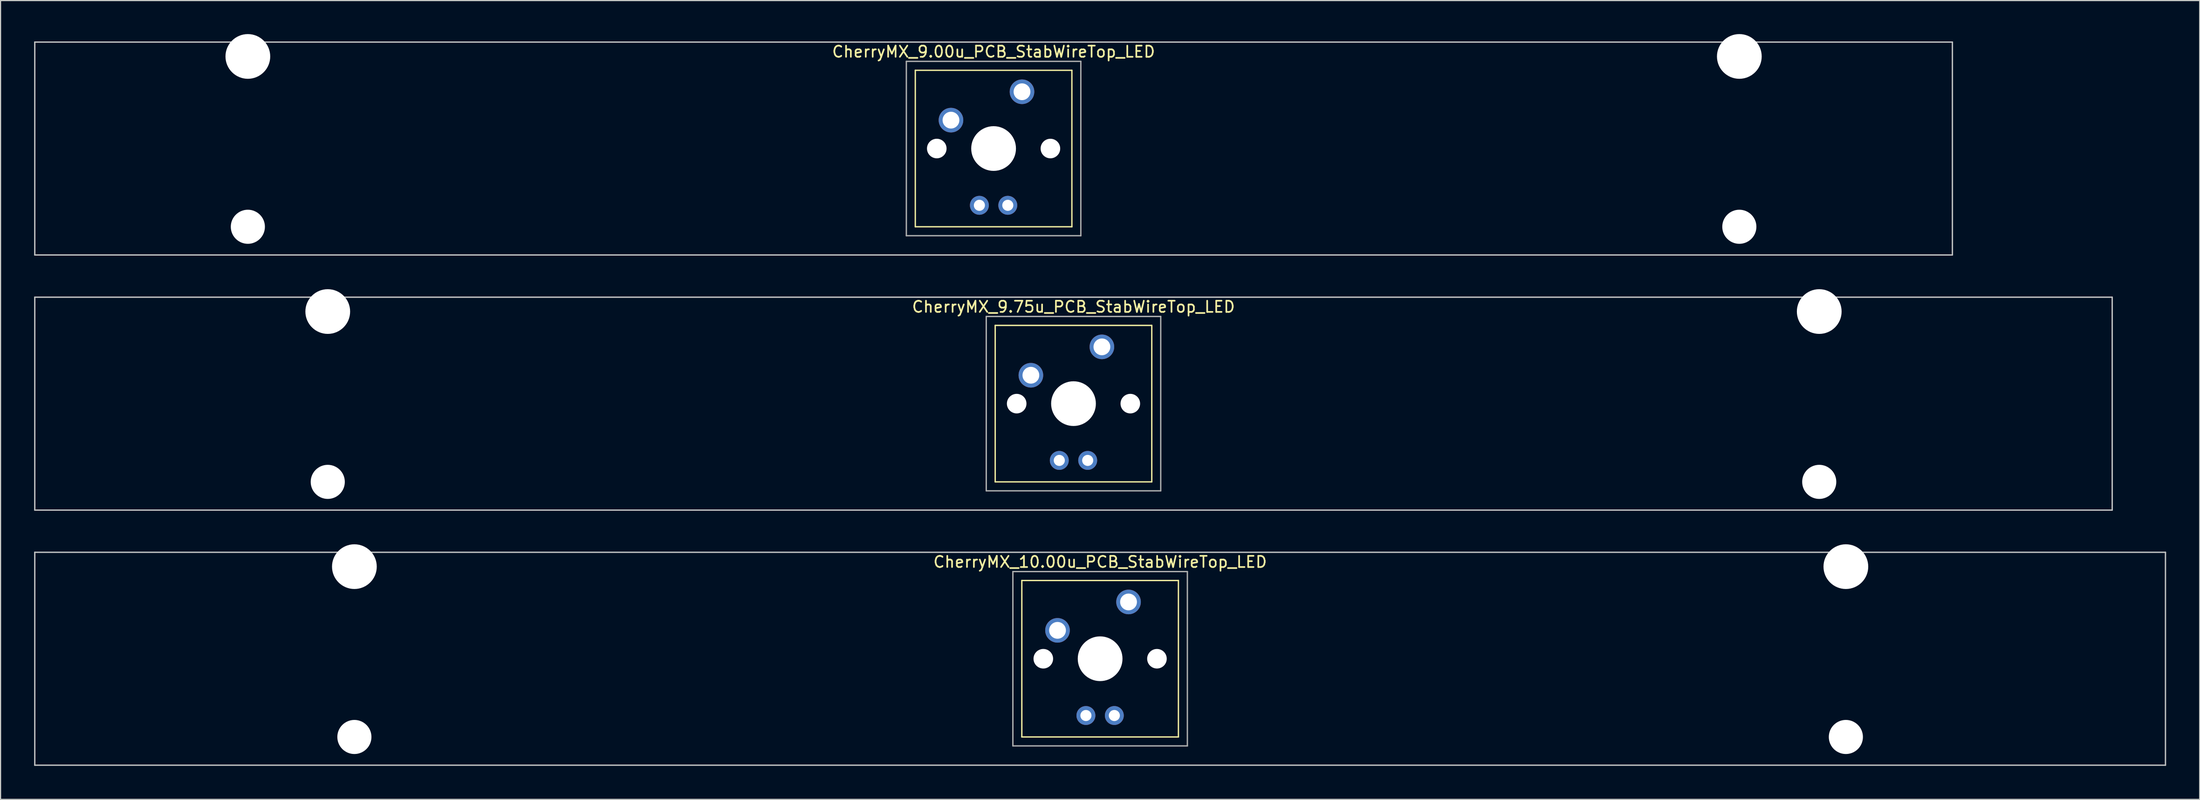
<source format=kicad_pcb>
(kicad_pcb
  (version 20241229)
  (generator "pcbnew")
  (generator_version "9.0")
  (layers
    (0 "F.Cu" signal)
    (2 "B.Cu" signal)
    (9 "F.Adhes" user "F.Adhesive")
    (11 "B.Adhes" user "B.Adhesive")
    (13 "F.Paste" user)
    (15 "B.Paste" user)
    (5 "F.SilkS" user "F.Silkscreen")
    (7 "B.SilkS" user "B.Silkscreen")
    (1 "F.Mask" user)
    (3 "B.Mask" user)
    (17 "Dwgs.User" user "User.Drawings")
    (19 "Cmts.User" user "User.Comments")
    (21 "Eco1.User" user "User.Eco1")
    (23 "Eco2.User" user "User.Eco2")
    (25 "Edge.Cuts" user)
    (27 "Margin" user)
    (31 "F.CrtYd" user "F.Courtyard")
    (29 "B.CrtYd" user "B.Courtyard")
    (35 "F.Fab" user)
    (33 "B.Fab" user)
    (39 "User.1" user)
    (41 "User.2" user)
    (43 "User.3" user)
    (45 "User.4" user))
  (footprint "CherryMX_9.00u_PCB_StabWireTop_LED"
    (layer "F.Cu")
    (at 85.785 10.24)
    (property "Reference" "CherryMX_9.00u_PCB_StabWireTop_LED" (at 0 -8.662 0) (layer "F.SilkS") (effects (font (size 1 1) (thickness 0.15))))
    (attr through_hole)
    (fp_line (start -7 -7) (end -7 7) (stroke (width 0.12) (type solid)) (layer "F.SilkS"))
    (fp_line (start -7 -7) (end 7 -7) (stroke (width 0.12) (type solid)) (layer "F.SilkS"))
    (fp_line (start 7 -7) (end 7 7) (stroke (width 0.12) (type solid)) (layer "F.SilkS"))
    (fp_line (start 7 7) (end -7 7) (stroke (width 0.12) (type solid)) (layer "F.SilkS"))
    (fp_line (start -85.725 -9.525) (end 85.725 -9.525) (stroke (width 0.12) (type solid)) (layer "Dwgs.User"))
    (fp_line (start -85.725 9.525) (end -85.725 -9.525) (stroke (width 0.12) (type solid)) (layer "Dwgs.User"))
    (fp_line (start 85.725 -9.525) (end 85.725 9.525) (stroke (width 0.12) (type solid)) (layer "Dwgs.User"))
    (fp_line (start 85.725 9.525) (end -85.725 9.525) (stroke (width 0.12) (type solid)) (layer "Dwgs.User"))
    (fp_line (start -7.8 -7.8) (end -7.8 7.8) (stroke (width 0.12) (type solid)) (layer "F.Fab"))
    (fp_line (start -7.8 -7.8) (end 7.8 -7.8) (stroke (width 0.12) (type solid)) (layer "F.Fab"))
    (fp_line (start -7.8 7.8) (end 7.8 7.8) (stroke (width 0.12) (type solid)) (layer "F.Fab"))
    (fp_line (start 7.8 -7.8) (end 7.8 7.8) (stroke (width 0.12) (type solid)) (layer "F.Fab"))
    (pad "" np_thru_hole circle (at -66.675 -8.24) (size 4 4) (drill 4) (layers "*.Cu" "*.Mask"))
    (pad "" np_thru_hole circle (at -66.675 7) (size 3.05 3.05) (drill 3.05) (layers "*.Cu" "*.Mask"))
    (pad "" np_thru_hole circle (at -5.08 0) (size 1.75 1.75) (drill 1.75) (layers "*.Cu" "*.Mask"))
    (pad "" np_thru_hole circle (at 0 0) (size 4 4) (drill 4) (layers "*.Cu" "*.Mask"))
    (pad "" np_thru_hole circle (at 5.08 0) (size 1.75 1.75) (drill 1.75) (layers "*.Cu" "*.Mask"))
    (pad "" np_thru_hole circle (at 66.675 -8.24) (size 4 4) (drill 4) (layers "*.Cu" "*.Mask"))
    (pad "" np_thru_hole circle (at 66.675 7) (size 3.05 3.05) (drill 3.05) (layers "*.Cu" "*.Mask"))
    (pad "1" thru_hole circle (at -3.81 -2.54) (size 2.2 2.2) (drill 1.5) (layers "*.Cu" "*.Mask"))
    (pad "2" thru_hole circle (at 2.54 -5.08) (size 2.2 2.2) (drill 1.5) (layers "*.Cu" "*.Mask"))
    (pad "3" thru_hole circle (at -1.27 5.08) (size 1.691 1.691) (drill 0.991) (layers "*.Cu" "*.Mask"))
    (pad "4" thru_hole circle (at 1.27 5.08) (size 1.691 1.691) (drill 0.991) (layers "*.Cu" "*.Mask")))
  (footprint "CherryMX_9.75u_PCB_StabWireTop_LED"
    (layer "F.Cu")
    (at 92.929 33.065)
    (property "Reference" "CherryMX_9.75u_PCB_StabWireTop_LED" (at 0 -8.662 0) (layer "F.SilkS") (effects (font (size 1 1) (thickness 0.15))))
    (attr through_hole)
    (fp_line (start -7 -7) (end -7 7) (stroke (width 0.12) (type solid)) (layer "F.SilkS"))
    (fp_line (start -7 -7) (end 7 -7) (stroke (width 0.12) (type solid)) (layer "F.SilkS"))
    (fp_line (start 7 -7) (end 7 7) (stroke (width 0.12) (type solid)) (layer "F.SilkS"))
    (fp_line (start 7 7) (end -7 7) (stroke (width 0.12) (type solid)) (layer "F.SilkS"))
    (fp_line (start -92.869 -9.525) (end 92.869 -9.525) (stroke (width 0.12) (type solid)) (layer "Dwgs.User"))
    (fp_line (start -92.869 9.525) (end -92.869 -9.525) (stroke (width 0.12) (type solid)) (layer "Dwgs.User"))
    (fp_line (start 92.869 -9.525) (end 92.869 9.525) (stroke (width 0.12) (type solid)) (layer "Dwgs.User"))
    (fp_line (start 92.869 9.525) (end -92.869 9.525) (stroke (width 0.12) (type solid)) (layer "Dwgs.User"))
    (fp_line (start -7.8 -7.8) (end -7.8 7.8) (stroke (width 0.12) (type solid)) (layer "F.Fab"))
    (fp_line (start -7.8 -7.8) (end 7.8 -7.8) (stroke (width 0.12) (type solid)) (layer "F.Fab"))
    (fp_line (start -7.8 7.8) (end 7.8 7.8) (stroke (width 0.12) (type solid)) (layer "F.Fab"))
    (fp_line (start 7.8 -7.8) (end 7.8 7.8) (stroke (width 0.12) (type solid)) (layer "F.Fab"))
    (pad "" np_thru_hole circle (at -66.675 -8.24) (size 4 4) (drill 4) (layers "*.Cu" "*.Mask"))
    (pad "" np_thru_hole circle (at -66.675 7) (size 3.05 3.05) (drill 3.05) (layers "*.Cu" "*.Mask"))
    (pad "" np_thru_hole circle (at -5.08 0) (size 1.75 1.75) (drill 1.75) (layers "*.Cu" "*.Mask"))
    (pad "" np_thru_hole circle (at 0 0) (size 4 4) (drill 4) (layers "*.Cu" "*.Mask"))
    (pad "" np_thru_hole circle (at 5.08 0) (size 1.75 1.75) (drill 1.75) (layers "*.Cu" "*.Mask"))
    (pad "" np_thru_hole circle (at 66.675 -8.24) (size 4 4) (drill 4) (layers "*.Cu" "*.Mask"))
    (pad "" np_thru_hole circle (at 66.675 7) (size 3.05 3.05) (drill 3.05) (layers "*.Cu" "*.Mask"))
    (pad "1" thru_hole circle (at -3.81 -2.54) (size 2.2 2.2) (drill 1.5) (layers "*.Cu" "*.Mask"))
    (pad "2" thru_hole circle (at 2.54 -5.08) (size 2.2 2.2) (drill 1.5) (layers "*.Cu" "*.Mask"))
    (pad "3" thru_hole circle (at -1.27 5.08) (size 1.691 1.691) (drill 0.991) (layers "*.Cu" "*.Mask"))
    (pad "4" thru_hole circle (at 1.27 5.08) (size 1.691 1.691) (drill 0.991) (layers "*.Cu" "*.Mask")))
  (footprint "CherryMX_10.00u_PCB_StabWireTop_LED"
    (layer "F.Cu")
    (at 95.31 55.89)
    (property "Reference" "CherryMX_10.00u_PCB_StabWireTop_LED" (at 0 -8.662 0) (layer "F.SilkS") (effects (font (size 1 1) (thickness 0.15))))
    (attr through_hole)
    (fp_line (start -7 -7) (end -7 7) (stroke (width 0.12) (type solid)) (layer "F.SilkS"))
    (fp_line (start -7 -7) (end 7 -7) (stroke (width 0.12) (type solid)) (layer "F.SilkS"))
    (fp_line (start 7 -7) (end 7 7) (stroke (width 0.12) (type solid)) (layer "F.SilkS"))
    (fp_line (start 7 7) (end -7 7) (stroke (width 0.12) (type solid)) (layer "F.SilkS"))
    (fp_line (start -95.25 -9.525) (end 95.25 -9.525) (stroke (width 0.12) (type solid)) (layer "Dwgs.User"))
    (fp_line (start -95.25 9.525) (end -95.25 -9.525) (stroke (width 0.12) (type solid)) (layer "Dwgs.User"))
    (fp_line (start 95.25 -9.525) (end 95.25 9.525) (stroke (width 0.12) (type solid)) (layer "Dwgs.User"))
    (fp_line (start 95.25 9.525) (end -95.25 9.525) (stroke (width 0.12) (type solid)) (layer "Dwgs.User"))
    (fp_line (start -7.8 -7.8) (end -7.8 7.8) (stroke (width 0.12) (type solid)) (layer "F.Fab"))
    (fp_line (start -7.8 -7.8) (end 7.8 -7.8) (stroke (width 0.12) (type solid)) (layer "F.Fab"))
    (fp_line (start -7.8 7.8) (end 7.8 7.8) (stroke (width 0.12) (type solid)) (layer "F.Fab"))
    (fp_line (start 7.8 -7.8) (end 7.8 7.8) (stroke (width 0.12) (type solid)) (layer "F.Fab"))
    (pad "" np_thru_hole circle (at -66.675 -8.24) (size 4 4) (drill 4) (layers "*.Cu" "*.Mask"))
    (pad "" np_thru_hole circle (at -66.675 7) (size 3.05 3.05) (drill 3.05) (layers "*.Cu" "*.Mask"))
    (pad "" np_thru_hole circle (at -5.08 0) (size 1.75 1.75) (drill 1.75) (layers "*.Cu" "*.Mask"))
    (pad "" np_thru_hole circle (at 0 0) (size 4 4) (drill 4) (layers "*.Cu" "*.Mask"))
    (pad "" np_thru_hole circle (at 5.08 0) (size 1.75 1.75) (drill 1.75) (layers "*.Cu" "*.Mask"))
    (pad "" np_thru_hole circle (at 66.675 -8.24) (size 4 4) (drill 4) (layers "*.Cu" "*.Mask"))
    (pad "" np_thru_hole circle (at 66.675 7) (size 3.05 3.05) (drill 3.05) (layers "*.Cu" "*.Mask"))
    (pad "1" thru_hole circle (at -3.81 -2.54) (size 2.2 2.2) (drill 1.5) (layers "*.Cu" "*.Mask"))
    (pad "2" thru_hole circle (at 2.54 -5.08) (size 2.2 2.2) (drill 1.5) (layers "*.Cu" "*.Mask"))
    (pad "3" thru_hole circle (at -1.27 5.08) (size 1.691 1.691) (drill 0.991) (layers "*.Cu" "*.Mask"))
    (pad "4" thru_hole circle (at 1.27 5.08) (size 1.691 1.691) (drill 0.991) (layers "*.Cu" "*.Mask")))
  (gr_rect
    (start -3 -3)
    (end 193.62 68.475)
    (stroke (width 0.1) (type default))
    (fill no)
    (layer "Edge.Cuts")))
</source>
